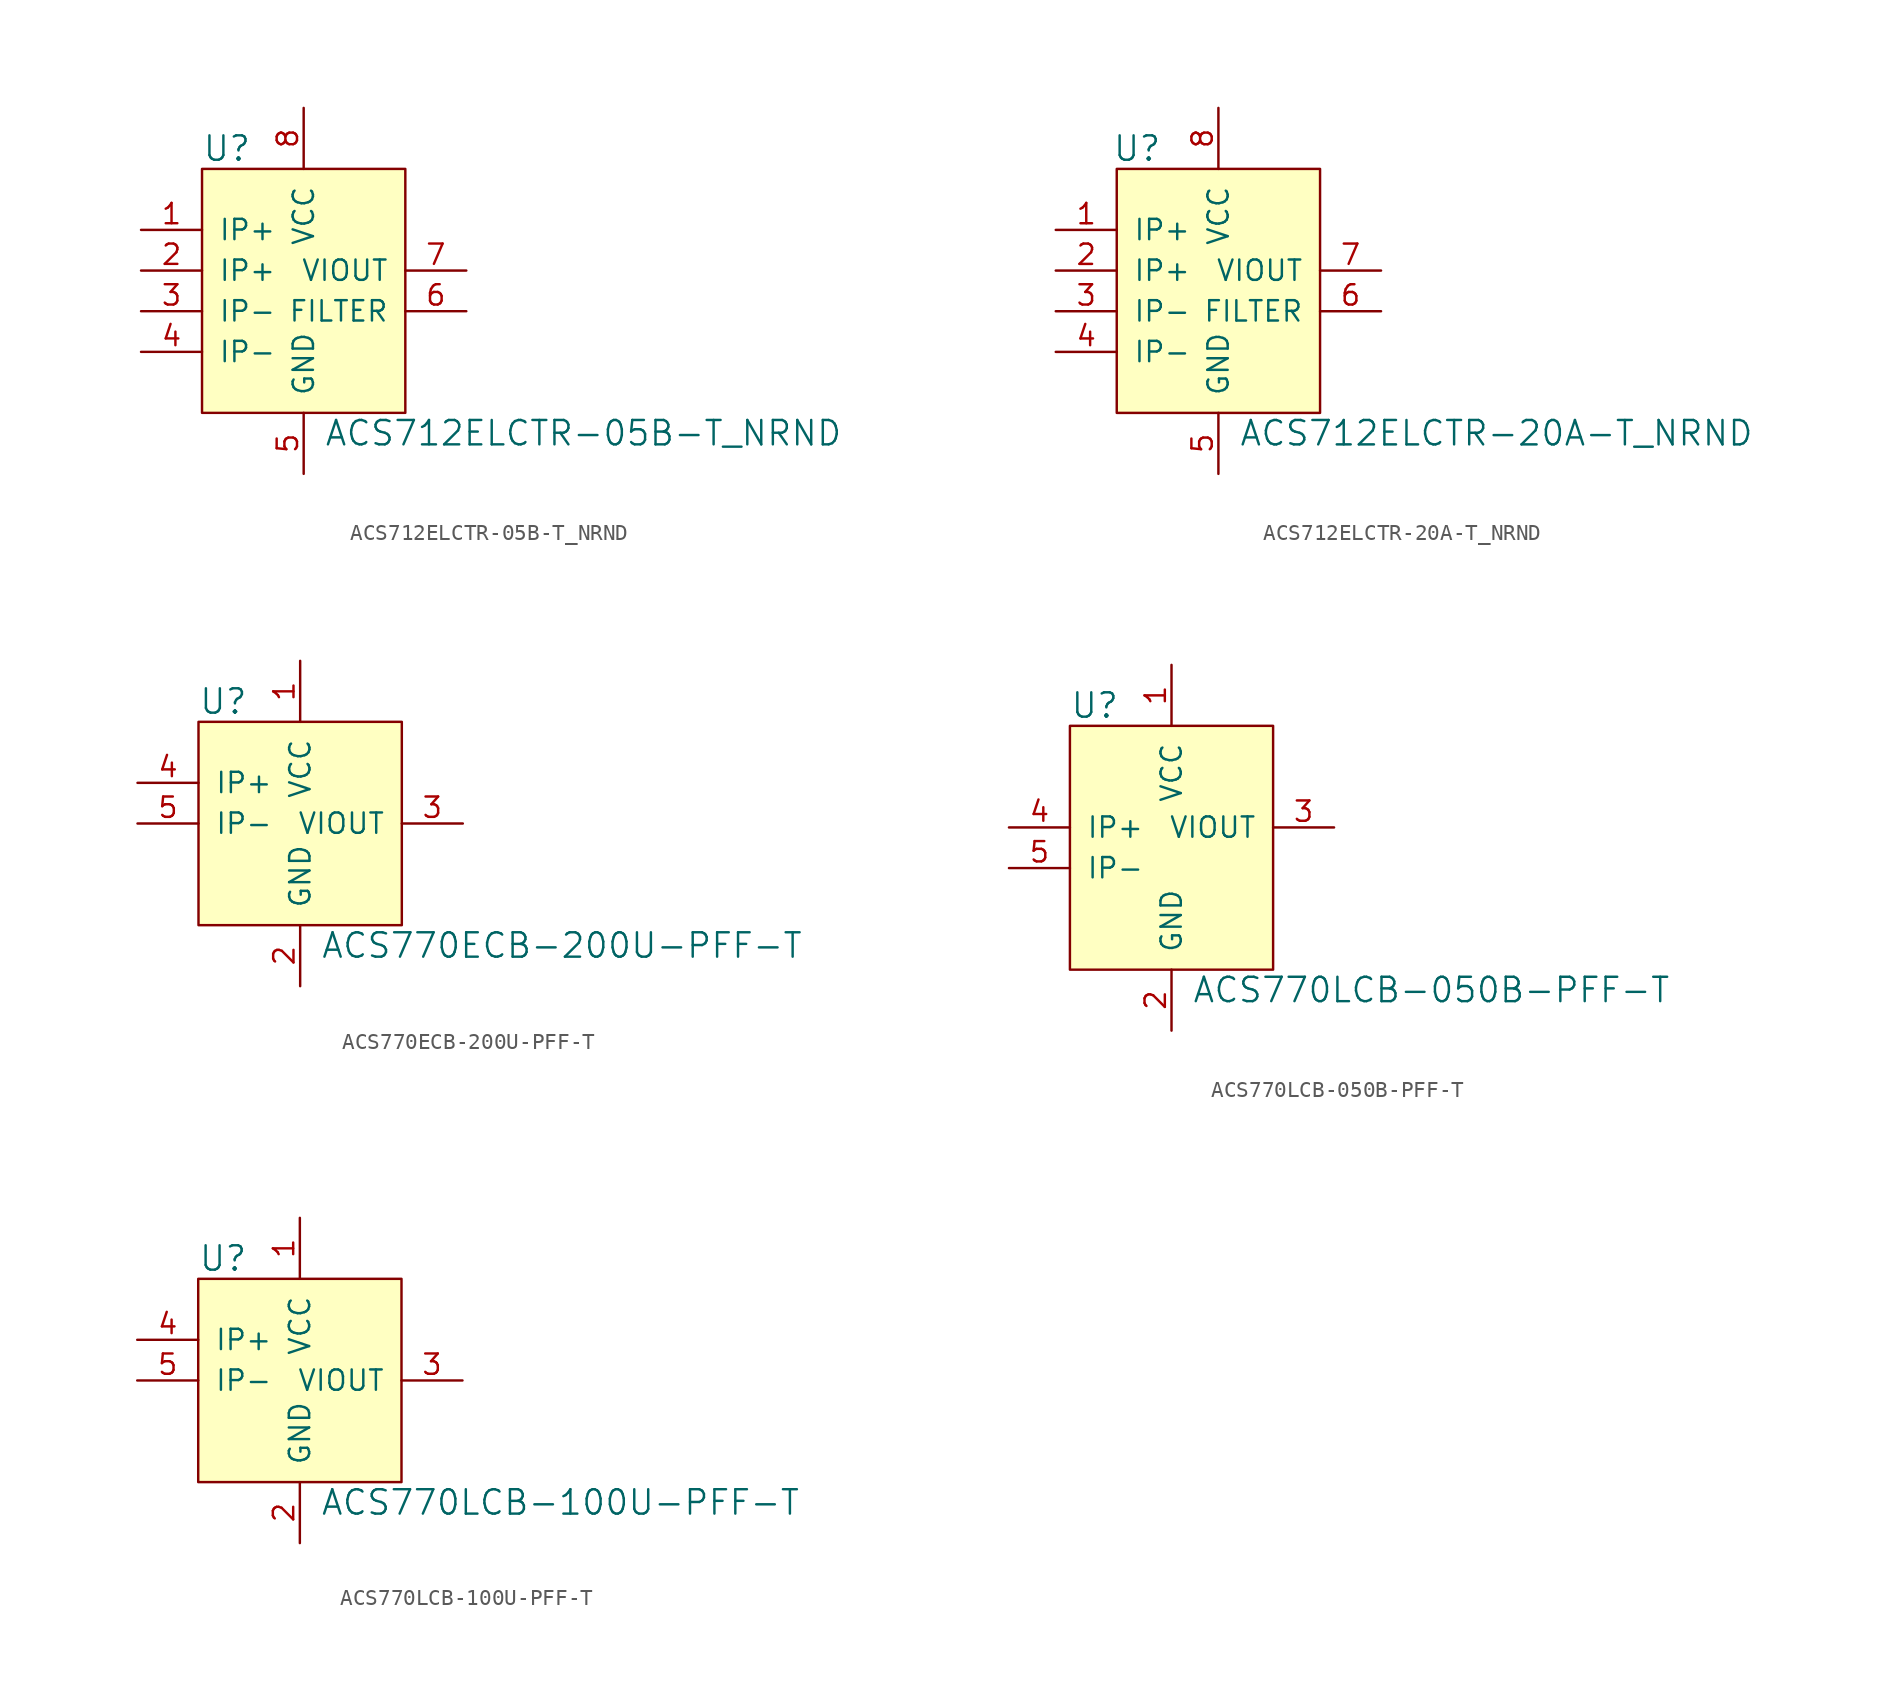
<source format=kicad_sym>
(kicad_symbol_lib
  (version 20220914)
  (generator kicad_symbol_editor)
  (symbol "ACS712ELCTR-05B-T_NRND"
    (pin_names
      (offset 1.016))
    (property "Reference" "U"
      (at -6.35 7.62 0)
      (effects (font (size 1.524 1.524)) (justify left)))
    (property "Value" "ACS712ELCTR-05B-T_NRND"
      (at 1.27 -10.16 0)
      (effects (font (size 1.524 1.524)) (justify left)))
    (symbol "ACS712ELCTR-05B-T_NRND_1_1"
      (rectangle (start -6.35 6.35) (end 6.35 -8.89) (stroke (width 0) (type default)) (fill (type background)))
      (pin input line (at -10.16 2.54 0) (length 3.81) (name "IP+" (effects (font (size 1.27 1.27)))) (number "1" (effects (font (size 1.27 1.27)))))
      (pin input line (at -10.16 0 0) (length 3.81) (name "IP+" (effects (font (size 1.27 1.27)))) (number "2" (effects (font (size 1.27 1.27)))))
      (pin input line (at -10.16 -2.54 0) (length 3.81) (name "IP-" (effects (font (size 1.27 1.27)))) (number "3" (effects (font (size 1.27 1.27)))))
      (pin input line (at -10.16 -5.08 0) (length 3.81) (name "IP-" (effects (font (size 1.27 1.27)))) (number "4" (effects (font (size 1.27 1.27)))))
      (pin power_in line (at 0 -12.7 90) (length 3.81) (name "GND" (effects (font (size 1.27 1.27)))) (number "5" (effects (font (size 1.27 1.27)))))
      (pin unspecified line (at 10.16 -2.54 180) (length 3.81) (name "FILTER" (effects (font (size 1.27 1.27)))) (number "6" (effects (font (size 1.27 1.27)))))
      (pin output line (at 10.16 0 180) (length 3.81) (name "VIOUT" (effects (font (size 1.27 1.27)))) (number "7" (effects (font (size 1.27 1.27)))))
      (pin power_in line (at 0 10.16 270) (length 3.81) (name "VCC" (effects (font (size 1.27 1.27)))) (number "8" (effects (font (size 1.27 1.27)))))))
  (symbol "ACS712ELCTR-20A-T_NRND"
    (pin_names
      (offset 1.016))
    (property "Reference" "U"
      (at -5.08 7.62 0)
      (effects (font (size 1.524 1.524))))
    (property "Value" "ACS712ELCTR-20A-T_NRND"
      (at 1.27 -10.16 0)
      (effects (font (size 1.524 1.524)) (justify left)))
    (symbol "ACS712ELCTR-20A-T_NRND_1_1"
      (rectangle (start -6.35 6.35) (end 6.35 -8.89) (stroke (width 0) (type default)) (fill (type background)))
      (pin input line (at -10.16 2.54 0) (length 3.81) (name "IP+" (effects (font (size 1.27 1.27)))) (number "1" (effects (font (size 1.27 1.27)))))
      (pin input line (at -10.16 0 0) (length 3.81) (name "IP+" (effects (font (size 1.27 1.27)))) (number "2" (effects (font (size 1.27 1.27)))))
      (pin input line (at -10.16 -2.54 0) (length 3.81) (name "IP-" (effects (font (size 1.27 1.27)))) (number "3" (effects (font (size 1.27 1.27)))))
      (pin input line (at -10.16 -5.08 0) (length 3.81) (name "IP-" (effects (font (size 1.27 1.27)))) (number "4" (effects (font (size 1.27 1.27)))))
      (pin power_in line (at 0 -12.7 90) (length 3.81) (name "GND" (effects (font (size 1.27 1.27)))) (number "5" (effects (font (size 1.27 1.27)))))
      (pin unspecified line (at 10.16 -2.54 180) (length 3.81) (name "FILTER" (effects (font (size 1.27 1.27)))) (number "6" (effects (font (size 1.27 1.27)))))
      (pin output line (at 10.16 0 180) (length 3.81) (name "VIOUT" (effects (font (size 1.27 1.27)))) (number "7" (effects (font (size 1.27 1.27)))))
      (pin power_in line (at 0 10.16 270) (length 3.81) (name "VCC" (effects (font (size 1.27 1.27)))) (number "8" (effects (font (size 1.27 1.27)))))))
  (symbol "ACS770ECB-200U-PFF-T"
    (pin_names
      (offset 1.016))
    (property "Reference" "U"
      (at -6.35 7.62 0)
      (effects (font (size 1.524 1.524)) (justify left)))
    (property "Value" "ACS770ECB-200U-PFF-T"
      (at 1.27 -7.62 0)
      (effects (font (size 1.524 1.524)) (justify left)))
    (symbol "ACS770ECB-200U-PFF-T_1_1"
      (rectangle (start -6.35 6.35) (end 6.35 -6.35) (stroke (width 0) (type default)) (fill (type background)))
      (pin power_in line (at 0 10.16 270) (length 3.81) (name "VCC" (effects (font (size 1.27 1.27)))) (number "1" (effects (font (size 1.27 1.27)))))
      (pin power_in line (at 0 -10.16 90) (length 3.81) (name "GND" (effects (font (size 1.27 1.27)))) (number "2" (effects (font (size 1.27 1.27)))))
      (pin output line (at 10.16 0 180) (length 3.81) (name "VIOUT" (effects (font (size 1.27 1.27)))) (number "3" (effects (font (size 1.27 1.27)))))
      (pin input line (at -10.16 2.54 0) (length 3.81) (name "IP+" (effects (font (size 1.27 1.27)))) (number "4" (effects (font (size 1.27 1.27)))))
      (pin input line (at -10.16 0 0) (length 3.81) (name "IP-" (effects (font (size 1.27 1.27)))) (number "5" (effects (font (size 1.27 1.27)))))))
  (symbol "ACS770LCB-050B-PFF-T"
    (pin_names
      (offset 1.016))
    (property "Reference" "U"
      (at -6.35 7.62 0)
      (effects (font (size 1.524 1.524)) (justify left)))
    (property "Value" "ACS770LCB-050B-PFF-T"
      (at 1.27 -10.16 0)
      (effects (font (size 1.524 1.524)) (justify left)))
    (symbol "ACS770LCB-050B-PFF-T_1_1"
      (rectangle (start -6.35 6.35) (end 6.35 -8.89) (stroke (width 0) (type default)) (fill (type background)))
      (pin power_in line (at 0 10.16 270) (length 3.81) (name "VCC" (effects (font (size 1.27 1.27)))) (number "1" (effects (font (size 1.27 1.27)))))
      (pin power_in line (at 0 -12.7 90) (length 3.81) (name "GND" (effects (font (size 1.27 1.27)))) (number "2" (effects (font (size 1.27 1.27)))))
      (pin output line (at 10.16 0 180) (length 3.81) (name "VIOUT" (effects (font (size 1.27 1.27)))) (number "3" (effects (font (size 1.27 1.27)))))
      (pin input line (at -10.16 0 0) (length 3.81) (name "IP+" (effects (font (size 1.27 1.27)))) (number "4" (effects (font (size 1.27 1.27)))))
      (pin input line (at -10.16 -2.54 0) (length 3.81) (name "IP-" (effects (font (size 1.27 1.27)))) (number "5" (effects (font (size 1.27 1.27)))))))
  (symbol "ACS770LCB-100U-PFF-T"
    (pin_names
      (offset 1.016))
    (property "Reference" "U"
      (at -6.35 7.62 0)
      (effects (font (size 1.524 1.524)) (justify left)))
    (property "Value" "ACS770LCB-100U-PFF-T"
      (at 1.27 -7.62 0)
      (effects (font (size 1.524 1.524)) (justify left)))
    (symbol "ACS770LCB-100U-PFF-T_1_1"
      (rectangle (start -6.35 6.35) (end 6.35 -6.35) (stroke (width 0) (type default)) (fill (type background)))
      (pin power_in line (at 0 10.16 270) (length 3.81) (name "VCC" (effects (font (size 1.27 1.27)))) (number "1" (effects (font (size 1.27 1.27)))))
      (pin power_in line (at 0 -10.16 90) (length 3.81) (name "GND" (effects (font (size 1.27 1.27)))) (number "2" (effects (font (size 1.27 1.27)))))
      (pin output line (at 10.16 0 180) (length 3.81) (name "VIOUT" (effects (font (size 1.27 1.27)))) (number "3" (effects (font (size 1.27 1.27)))))
      (pin input line (at -10.16 2.54 0) (length 3.81) (name "IP+" (effects (font (size 1.27 1.27)))) (number "4" (effects (font (size 1.27 1.27)))))
      (pin input line (at -10.16 0 0) (length 3.81) (name "IP-" (effects (font (size 1.27 1.27)))) (number "5" (effects (font (size 1.27 1.27))))))))
</source>
